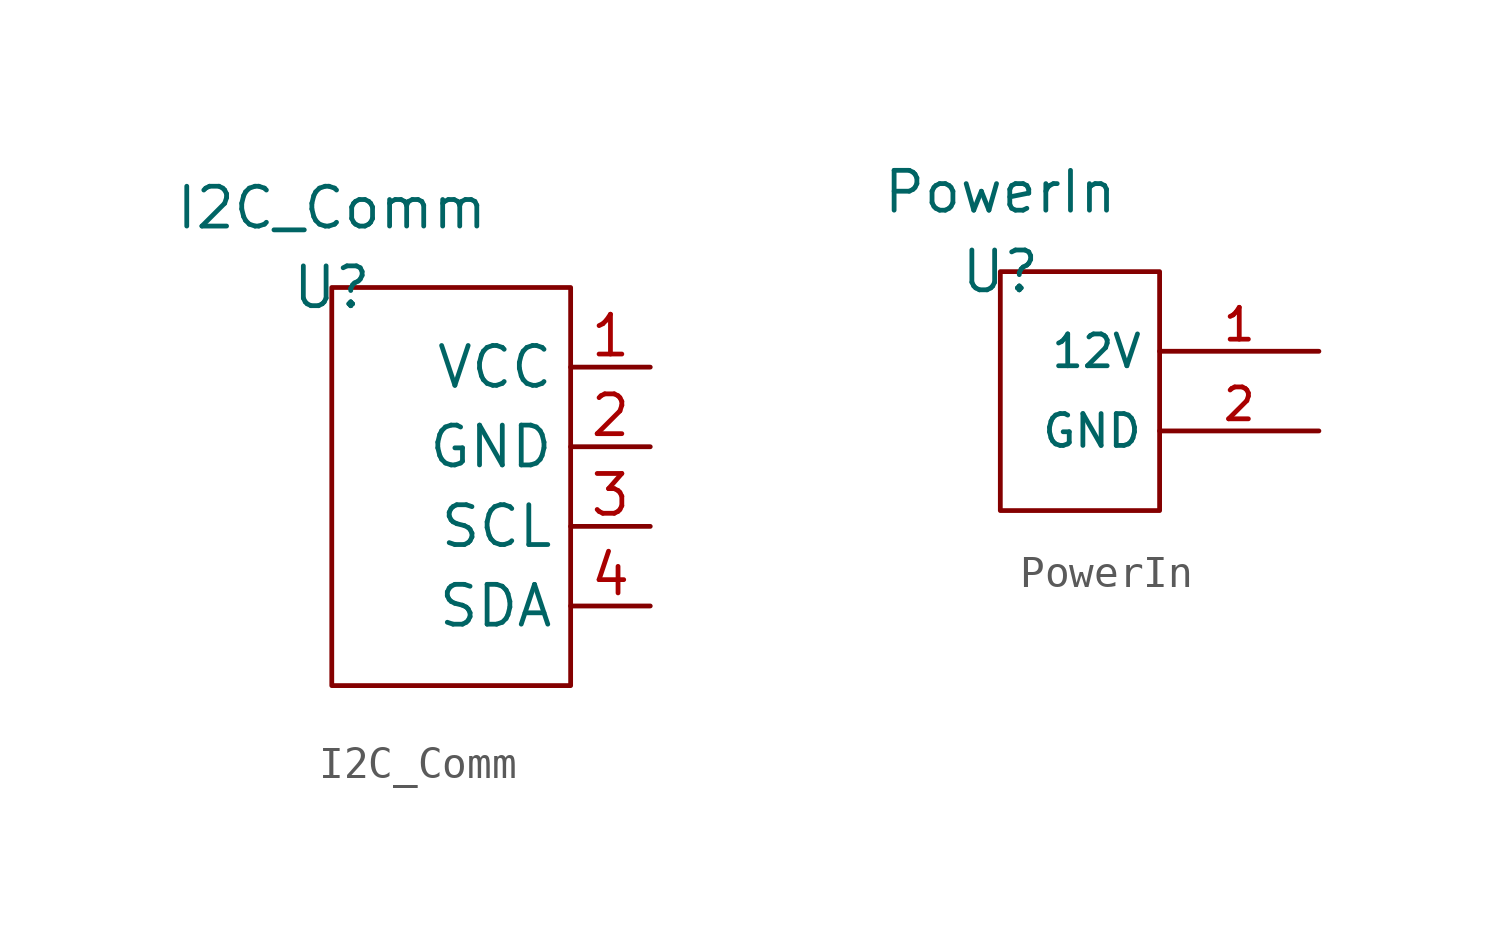
<source format=kicad_sym>
(kicad_symbol_lib
  (version 20211014)
  (generator kicad_symbol_editor)
  (symbol "I2C_Comm"
    (property "Reference" "U"
      (at 0 0 0)
      (effects (font (size 1.27 1.27))))
    (property "Value" "I2C_Comm"
      (at 0 2.54 0)
      (effects (font (size 1.27 1.27))))
    (symbol "I2C_Comm_0_1"
      (rectangle (start 0 0) (end 7.62 -12.7) (stroke (width 0) (type default) (color 0 0 0 0)) (fill (type none))))
    (symbol "I2C_Comm_1_1"
      (pin input line (at 10.16 -2.54 180) (length 2.54) (name "VCC" (effects (font (size 1.27 1.27)))) (number "1" (effects (font (size 1.27 1.27)))))
      (pin input line (at 10.16 -5.08 180) (length 2.54) (name "GND" (effects (font (size 1.27 1.27)))) (number "2" (effects (font (size 1.27 1.27)))))
      (pin input line (at 10.16 -7.62 180) (length 2.54) (name "SCL" (effects (font (size 1.27 1.27)))) (number "3" (effects (font (size 1.27 1.27)))))
      (pin input line (at 10.16 -10.16 180) (length 2.54) (name "SDA" (effects (font (size 1.27 1.27)))) (number "4" (effects (font (size 1.27 1.27)))))))
  (symbol "PowerIn"
    (property "Reference" "U"
      (at 0 0 0)
      (effects (font (size 1.27 1.27))))
    (property "Value" "PowerIn"
      (at 0 2.54 0)
      (effects (font (size 1.27 1.27))))
    (symbol "PowerIn_0_0"
      (rectangle (start 0 0) (end 5.08 -7.62) (stroke (width 0) (type default) (color 0 0 0 0)) (fill (type none)))
      (pin bidirectional line (at 10.16 -2.54 180) (length 5.08) (name "12V" (effects (font (size 1.016 1.016)))) (number "1" (effects (font (size 1.016 1.016)))))
      (pin bidirectional line (at 10.16 -5.08 180) (length 5.08) (name "GND" (effects (font (size 1.016 1.016)))) (number "2" (effects (font (size 1.016 1.016))))))))
</source>
